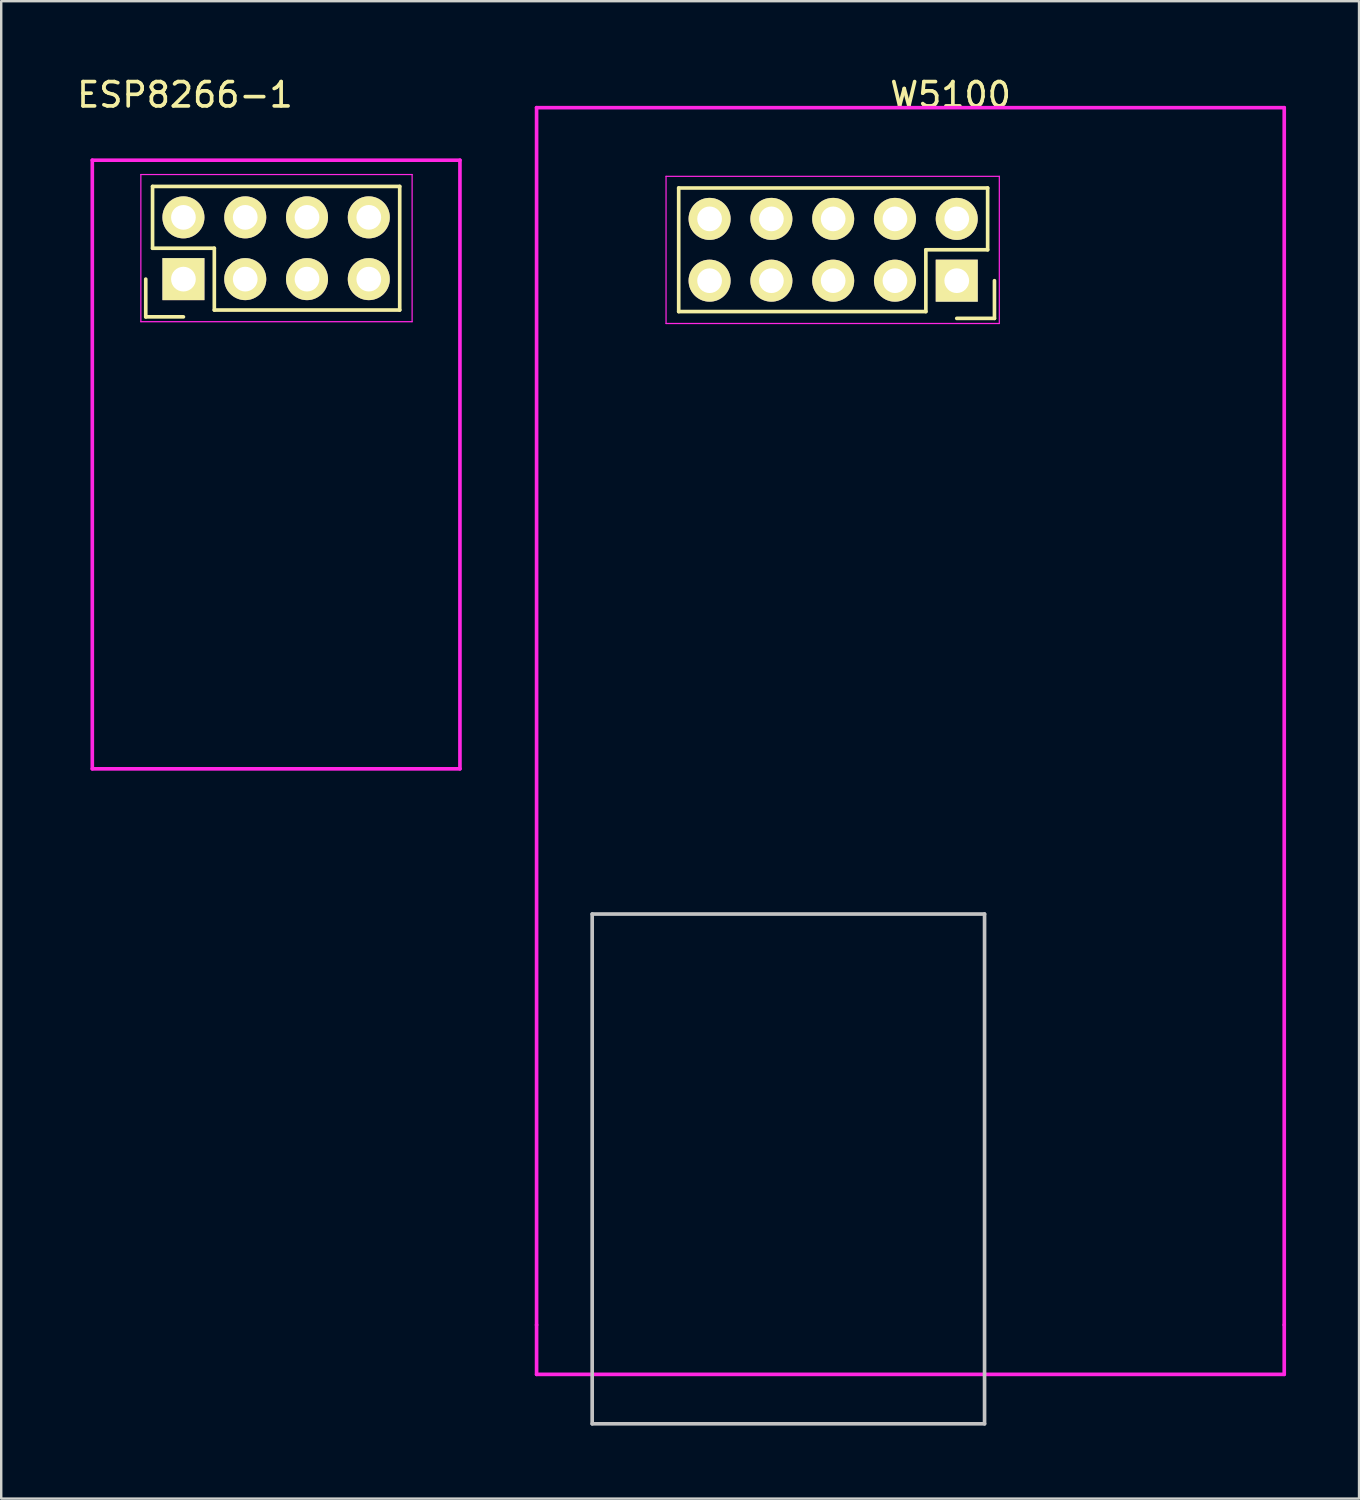
<source format=kicad_pcb>
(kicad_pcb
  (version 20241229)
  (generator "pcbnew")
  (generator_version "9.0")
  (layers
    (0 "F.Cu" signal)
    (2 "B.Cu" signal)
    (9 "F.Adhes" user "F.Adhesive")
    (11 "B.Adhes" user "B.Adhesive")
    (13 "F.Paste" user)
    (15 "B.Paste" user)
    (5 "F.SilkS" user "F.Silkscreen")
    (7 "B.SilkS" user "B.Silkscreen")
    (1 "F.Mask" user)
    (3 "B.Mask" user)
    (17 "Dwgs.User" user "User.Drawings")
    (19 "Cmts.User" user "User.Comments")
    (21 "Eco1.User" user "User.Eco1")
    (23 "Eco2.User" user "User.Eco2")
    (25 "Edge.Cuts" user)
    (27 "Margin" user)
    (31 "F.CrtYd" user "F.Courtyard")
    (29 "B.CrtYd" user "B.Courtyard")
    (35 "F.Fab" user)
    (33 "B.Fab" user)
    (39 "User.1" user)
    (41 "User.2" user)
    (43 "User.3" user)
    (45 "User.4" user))
  (footprint "W5100"
    (layer "F.Cu")
    (at 36.025 5.948)
    (property "Reference" "W5100" (at 0 -5.1 0) (layer "F.SilkS") (effects (font (size 1 1) (thickness 0.15))))
    (attr through_hole)
    (fp_line (start -11.176 -1.27) (end 1.524 -1.27) (stroke (width 0.15) (type solid)) (layer "F.SilkS"))
    (fp_line (start -11.176 3.81) (end -11.176 -1.27) (stroke (width 0.15) (type solid)) (layer "F.SilkS"))
    (fp_line (start -1.016 1.27) (end -1.016 3.81) (stroke (width 0.15) (type solid)) (layer "F.SilkS"))
    (fp_line (start -1.016 3.81) (end -11.176 3.81) (stroke (width 0.15) (type solid)) (layer "F.SilkS"))
    (fp_line (start 0.254 4.09) (end 1.804 4.09) (stroke (width 0.15) (type solid)) (layer "F.SilkS"))
    (fp_line (start 1.524 -1.27) (end 1.524 1.27) (stroke (width 0.15) (type solid)) (layer "F.SilkS"))
    (fp_line (start 1.524 1.27) (end -1.016 1.27) (stroke (width 0.15) (type solid)) (layer "F.SilkS"))
    (fp_line (start 1.804 4.09) (end 1.804 2.54) (stroke (width 0.15) (type solid)) (layer "F.SilkS"))
    (fp_line (start -14.732 28.575) (end 1.397 28.575) (stroke (width 0.15) (type solid)) (layer "Dwgs.User"))
    (fp_line (start -14.732 49.53) (end -14.732 28.575) (stroke (width 0.15) (type solid)) (layer "Dwgs.User"))
    (fp_line (start 1.397 28.575) (end 1.397 49.53) (stroke (width 0.15) (type solid)) (layer "Dwgs.User"))
    (fp_line (start 1.397 49.53) (end -14.732 49.53) (stroke (width 0.15) (type solid)) (layer "Dwgs.User"))
    (fp_line (start -17.018 -4.572) (end -17.018 45.466) (stroke (width 0.15) (type solid)) (layer "F.CrtYd"))
    (fp_line (start -17.018 45.466) (end -17.018 47.498) (stroke (width 0.15) (type solid)) (layer "F.CrtYd"))
    (fp_line (start -17.018 47.498) (end 13.716 47.498) (stroke (width 0.15) (type solid)) (layer "F.CrtYd"))
    (fp_line (start -11.696 -1.75) (end -11.696 4.3) (stroke (width 0.05) (type solid)) (layer "F.CrtYd"))
    (fp_line (start 2.004 -1.75) (end -11.696 -1.75) (stroke (width 0.05) (type solid)) (layer "F.CrtYd"))
    (fp_line (start 2.004 -1.75) (end 2.004 4.3) (stroke (width 0.05) (type solid)) (layer "F.CrtYd"))
    (fp_line (start 2.004 4.3) (end -11.696 4.3) (stroke (width 0.05) (type solid)) (layer "F.CrtYd"))
    (fp_line (start 13.716 -4.572) (end -17.018 -4.572) (stroke (width 0.15) (type solid)) (layer "F.CrtYd"))
    (fp_line (start 13.716 45.466) (end 13.716 -4.572) (stroke (width 0.15) (type solid)) (layer "F.CrtYd"))
    (fp_line (start 13.716 47.498) (end 13.716 45.466) (stroke (width 0.15) (type solid)) (layer "F.CrtYd"))
    (pad "1" thru_hole rect (at 0.254 2.54 180) (size 1.727 1.727) (drill 1.016) (layers "*.Cu" "*.Mask" "F.SilkS"))
    (pad "2" thru_hole oval (at 0.254 0 180) (size 1.727 1.727) (drill 1.016) (layers "*.Cu" "*.Mask" "F.SilkS"))
    (pad "3" thru_hole oval (at -2.286 2.54 180) (size 1.727 1.727) (drill 1.016) (layers "*.Cu" "*.Mask" "F.SilkS"))
    (pad "4" thru_hole oval (at -2.286 0 180) (size 1.727 1.727) (drill 1.016) (layers "*.Cu" "*.Mask" "F.SilkS"))
    (pad "5" thru_hole oval (at -4.826 2.54 180) (size 1.727 1.727) (drill 1.016) (layers "*.Cu" "*.Mask" "F.SilkS"))
    (pad "6" thru_hole oval (at -4.826 0 180) (size 1.727 1.727) (drill 1.016) (layers "*.Cu" "*.Mask" "F.SilkS"))
    (pad "7" thru_hole oval (at -7.366 2.54 180) (size 1.727 1.727) (drill 1.016) (layers "*.Cu" "*.Mask" "F.SilkS"))
    (pad "8" thru_hole oval (at -7.366 0 180) (size 1.727 1.727) (drill 1.016) (layers "*.Cu" "*.Mask" "F.SilkS"))
    (pad "9" thru_hole oval (at -9.906 2.54 180) (size 1.727 1.727) (drill 1.016) (layers "*.Cu" "*.Mask" "F.SilkS"))
    (pad "10" thru_hole oval (at -9.906 0 180) (size 1.727 1.727) (drill 1.016) (layers "*.Cu" "*.Mask" "F.SilkS")))
  (footprint "ESP8266-1"
    (layer "F.Cu")
    (at 8.237 7.091)
    (property "Reference" "ESP8266-1" (at -3.683 -6.243 0) (layer "F.SilkS") (effects (font (size 1 1) (thickness 0.15))))
    (attr through_hole)
    (fp_line (start -5.296 2.884) (end -5.296 1.333) (stroke (width 0.15) (type solid)) (layer "F.SilkS"))
    (fp_line (start -5.016 -2.477) (end -5.016 0.064) (stroke (width 0.15) (type solid)) (layer "F.SilkS"))
    (fp_line (start -5.016 0.064) (end -2.477 0.064) (stroke (width 0.15) (type solid)) (layer "F.SilkS"))
    (fp_line (start -3.747 2.884) (end -5.296 2.884) (stroke (width 0.15) (type solid)) (layer "F.SilkS"))
    (fp_line (start -2.477 0.064) (end -2.477 2.603) (stroke (width 0.15) (type solid)) (layer "F.SilkS"))
    (fp_line (start -2.477 2.603) (end 5.144 2.603) (stroke (width 0.15) (type solid)) (layer "F.SilkS"))
    (fp_line (start 5.144 -2.477) (end -5.016 -2.477) (stroke (width 0.15) (type solid)) (layer "F.SilkS"))
    (fp_line (start 5.144 2.603) (end 5.144 -2.477) (stroke (width 0.15) (type solid)) (layer "F.SilkS"))
    (fp_line (start -7.493 -3.556) (end -7.493 21.463) (stroke (width 0.15) (type solid)) (layer "F.CrtYd"))
    (fp_line (start -7.493 21.463) (end 7.62 21.463) (stroke (width 0.15) (type solid)) (layer "F.CrtYd"))
    (fp_line (start -5.497 -2.966) (end 5.654 -2.966) (stroke (width 0.05) (type solid)) (layer "F.CrtYd"))
    (fp_line (start -5.497 3.083) (end -5.497 -2.966) (stroke (width 0.05) (type solid)) (layer "F.CrtYd"))
    (fp_line (start -5.497 3.083) (end 5.654 3.083) (stroke (width 0.05) (type solid)) (layer "F.CrtYd"))
    (fp_line (start 5.654 3.083) (end 5.654 -2.966) (stroke (width 0.05) (type solid)) (layer "F.CrtYd"))
    (fp_line (start 7.62 -3.556) (end -7.493 -3.556) (stroke (width 0.15) (type solid)) (layer "F.CrtYd"))
    (fp_line (start 7.62 21.463) (end 7.62 -3.556) (stroke (width 0.15) (type solid)) (layer "F.CrtYd"))
    (pad "1" thru_hole rect (at -3.747 1.333) (size 1.727 1.727) (drill 1.016) (layers "*.Cu" "*.Mask" "F.SilkS"))
    (pad "2" thru_hole oval (at -3.747 -1.206) (size 1.727 1.727) (drill 1.016) (layers "*.Cu" "*.Mask" "F.SilkS"))
    (pad "3" thru_hole oval (at -1.206 1.333) (size 1.727 1.727) (drill 1.016) (layers "*.Cu" "*.Mask" "F.SilkS"))
    (pad "4" thru_hole oval (at -1.206 -1.206) (size 1.727 1.727) (drill 1.016) (layers "*.Cu" "*.Mask" "F.SilkS"))
    (pad "5" thru_hole oval (at 1.333 1.333) (size 1.727 1.727) (drill 1.016) (layers "*.Cu" "*.Mask" "F.SilkS"))
    (pad "6" thru_hole oval (at 1.333 -1.206) (size 1.727 1.727) (drill 1.016) (layers "*.Cu" "*.Mask" "F.SilkS"))
    (pad "7" thru_hole oval (at 3.873 1.333) (size 1.727 1.727) (drill 1.016) (layers "*.Cu" "*.Mask" "F.SilkS"))
    (pad "8" thru_hole oval (at 3.873 -1.206) (size 1.727 1.727) (drill 1.016) (layers "*.Cu" "*.Mask" "F.SilkS")))
  (gr_rect
    (start -3 -3)
    (end 52.816 58.553)
    (stroke (width 0.1) (type default))
    (fill no)
    (layer "Edge.Cuts")))
</source>
